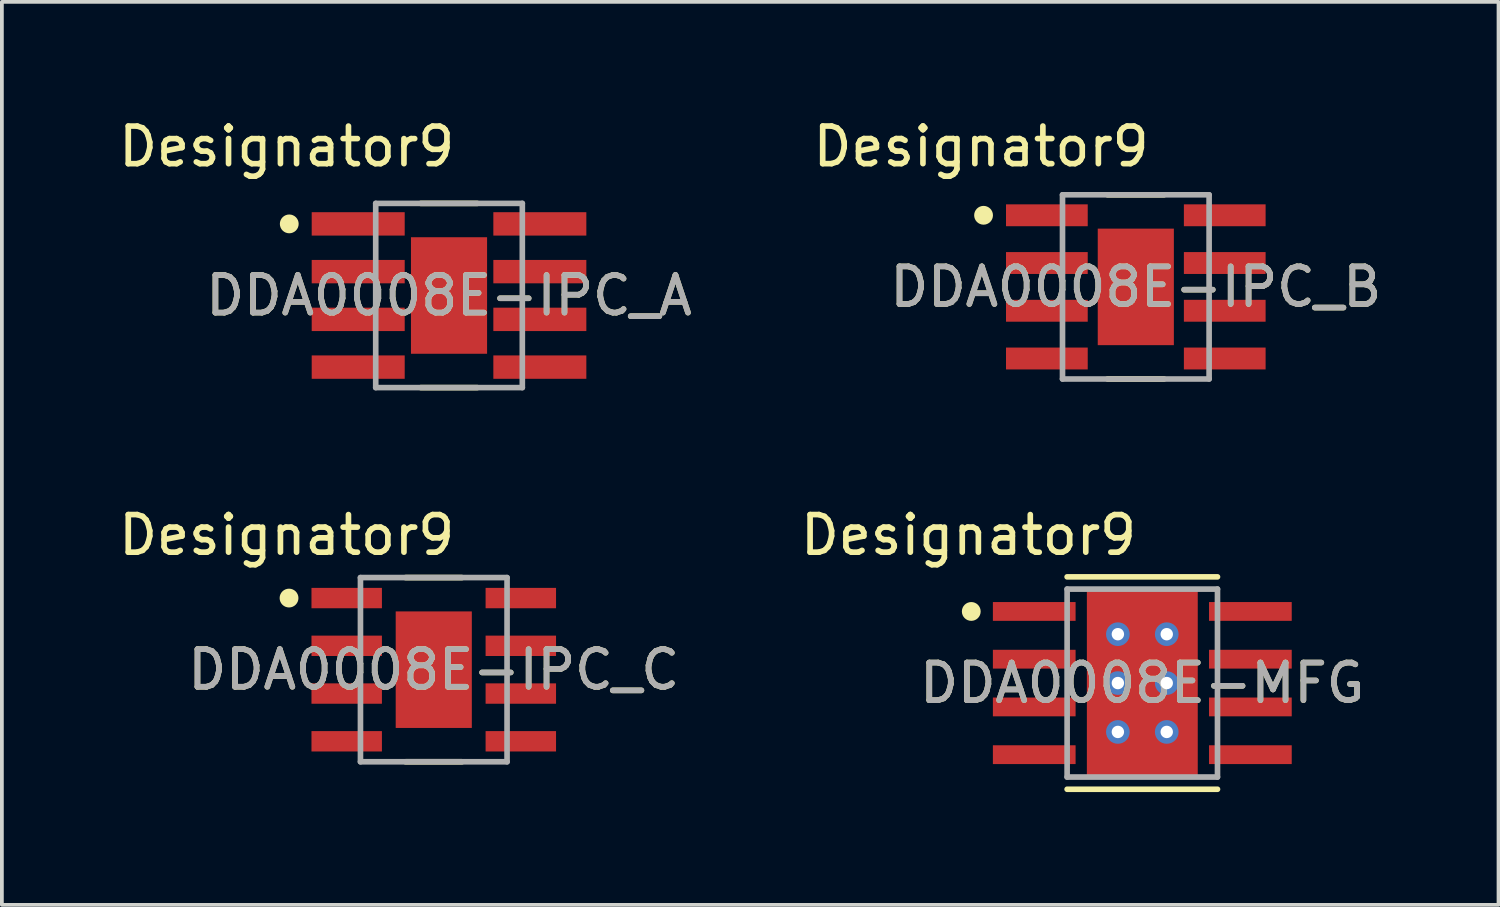
<source format=kicad_pcb>
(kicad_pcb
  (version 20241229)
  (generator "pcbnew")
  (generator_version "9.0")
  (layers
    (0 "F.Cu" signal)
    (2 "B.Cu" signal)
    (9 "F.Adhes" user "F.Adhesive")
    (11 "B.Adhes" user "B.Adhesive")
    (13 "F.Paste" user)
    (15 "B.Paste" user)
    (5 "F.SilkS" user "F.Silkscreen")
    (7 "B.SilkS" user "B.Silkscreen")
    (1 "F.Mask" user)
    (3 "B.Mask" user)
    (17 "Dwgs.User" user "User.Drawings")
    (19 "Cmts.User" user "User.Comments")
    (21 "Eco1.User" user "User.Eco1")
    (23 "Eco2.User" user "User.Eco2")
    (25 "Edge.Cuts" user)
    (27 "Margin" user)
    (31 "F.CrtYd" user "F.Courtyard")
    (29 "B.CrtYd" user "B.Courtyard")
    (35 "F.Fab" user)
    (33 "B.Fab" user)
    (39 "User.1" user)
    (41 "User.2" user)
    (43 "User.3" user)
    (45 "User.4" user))
  (footprint "DDA0008E-IPC_C"
    (layer "F.Cu")
    (at 8.489 14.765)
    (property "Reference" "DDA0008E-IPC_C" (at 0 0 0) (unlocked yes) (layer "F.SilkS") (effects (font (size 1 1) (thickness 0.15))))
    (attr smd)
    (fp_line (start -0.75 -2.45) (end 0.75 -2.45) (stroke (width 0.15) (type solid)) (layer "F.SilkS"))
    (fp_line (start -0.75 2.45) (end 0.75 2.45) (stroke (width 0.15) (type solid)) (layer "F.SilkS"))
    (fp_circle (center -3.85 -1.905) (end -3.725 -1.905) (stroke (width 0.25) (type solid)) (fill no) (layer "F.SilkS"))
    (fp_poly (pts (xy -0.568 1.105) (xy 0.568 1.105) (xy 0.568 -1.105) (xy -0.568 -1.105)) (stroke (width 0) (type solid)) (fill yes) (layer "F.Paste"))
    (fp_line (start -1.95 -2.45) (end 1.95 -2.45) (stroke (width 0.15) (type solid)) (layer "F.Fab"))
    (fp_line (start -1.95 2.45) (end -1.95 -2.45) (stroke (width 0.15) (type solid)) (layer "F.Fab"))
    (fp_line (start -1.95 2.45) (end 1.95 2.45) (stroke (width 0.15) (type solid)) (layer "F.Fab"))
    (fp_line (start 1.95 2.45) (end 1.95 -2.45) (stroke (width 0.15) (type solid)) (layer "F.Fab"))
    (fp_text user "Designator9" (at -3.912 -3.581 0) (unlocked yes) (layer "F.SilkS") (effects (font (size 1 1) (thickness 0.15))))
    (fp_text user "${REFERENCE}" (at 0 0 0) (unlocked yes) (layer "F.Fab") (effects (font (size 1 1) (thickness 0.15))))
    (pad "1" smd rect (at -2.316 -1.905) (size 1.874 0.542) (layers "F.Cu" "F.Mask" "F.Paste"))
    (pad "2" smd rect (at -2.316 -0.635) (size 1.874 0.542) (layers "F.Cu" "F.Mask" "F.Paste"))
    (pad "3" smd rect (at -2.316 0.635) (size 1.874 0.542) (layers "F.Cu" "F.Mask" "F.Paste"))
    (pad "4" smd rect (at -2.316 1.905) (size 1.874 0.542) (layers "F.Cu" "F.Mask" "F.Paste"))
    (pad "5" smd rect (at 2.316 1.905) (size 1.874 0.542) (layers "F.Cu" "F.Mask" "F.Paste"))
    (pad "6" smd rect (at 2.316 0.635) (size 1.874 0.542) (layers "F.Cu" "F.Mask" "F.Paste"))
    (pad "7" smd rect (at 2.316 -0.635) (size 1.874 0.542) (layers "F.Cu" "F.Mask" "F.Paste"))
    (pad "8" smd rect (at 2.316 -1.905) (size 1.874 0.542) (layers "F.Cu" "F.Mask" "F.Paste"))
    (pad "9" smd rect (at 0 0) (size 2.025 3.1) (layers "F.Cu" "F.Mask")))
  (footprint "DDA0008E-IPC_B"
    (layer "F.Cu")
    (at 27.165 4.582)
    (property "Reference" "DDA0008E-IPC_B" (at 0 0 0) (unlocked yes) (layer "F.SilkS") (effects (font (size 1 1) (thickness 0.15))))
    (attr smd)
    (fp_line (start -0.75 -2.45) (end 0.75 -2.45) (stroke (width 0.15) (type solid)) (layer "F.SilkS"))
    (fp_line (start -0.75 2.45) (end 0.75 2.45) (stroke (width 0.15) (type solid)) (layer "F.SilkS"))
    (fp_circle (center -4.05 -1.905) (end -3.925 -1.905) (stroke (width 0.25) (type solid)) (fill no) (layer "F.SilkS"))
    (fp_poly (pts (xy -0.568 1.105) (xy 0.568 1.105) (xy 0.568 -1.105) (xy -0.568 -1.105)) (stroke (width 0) (type solid)) (fill yes) (layer "F.Paste"))
    (fp_line (start -1.95 -2.45) (end 1.95 -2.45) (stroke (width 0.15) (type solid)) (layer "F.Fab"))
    (fp_line (start -1.95 2.45) (end -1.95 -2.45) (stroke (width 0.15) (type solid)) (layer "F.Fab"))
    (fp_line (start -1.95 2.45) (end 1.95 2.45) (stroke (width 0.15) (type solid)) (layer "F.Fab"))
    (fp_line (start 1.95 2.45) (end 1.95 -2.45) (stroke (width 0.15) (type solid)) (layer "F.Fab"))
    (fp_text user "Designator9" (at -4.115 -3.734 0) (unlocked yes) (layer "F.SilkS") (effects (font (size 1 1) (thickness 0.15))))
    (fp_text user "${REFERENCE}" (at 0 0 0) (unlocked yes) (layer "F.Fab") (effects (font (size 1 1) (thickness 0.15))))
    (pad "1" smd rect (at -2.366 -1.905) (size 2.174 0.582) (layers "F.Cu" "F.Mask" "F.Paste"))
    (pad "2" smd rect (at -2.366 -0.635) (size 2.174 0.582) (layers "F.Cu" "F.Mask" "F.Paste"))
    (pad "3" smd rect (at -2.366 0.635) (size 2.174 0.582) (layers "F.Cu" "F.Mask" "F.Paste"))
    (pad "4" smd rect (at -2.366 1.905) (size 2.174 0.582) (layers "F.Cu" "F.Mask" "F.Paste"))
    (pad "5" smd rect (at 2.366 1.905) (size 2.174 0.582) (layers "F.Cu" "F.Mask" "F.Paste"))
    (pad "6" smd rect (at 2.366 0.635) (size 2.174 0.582) (layers "F.Cu" "F.Mask" "F.Paste"))
    (pad "7" smd rect (at 2.366 -0.635) (size 2.174 0.582) (layers "F.Cu" "F.Mask" "F.Paste"))
    (pad "8" smd rect (at 2.366 -1.905) (size 2.174 0.582) (layers "F.Cu" "F.Mask" "F.Paste"))
    (pad "9" smd rect (at 0 0) (size 2.025 3.1) (layers "F.Cu" "F.Mask")))
  (footprint "DDA0008E-MFG"
    (layer "F.Cu")
    (at 27.338 15.121)
    (property "Reference" "DDA0008E-MFG" (at 0 0 0) (unlocked yes) (layer "F.SilkS") (effects (font (size 1 1) (thickness 0.15))))
    (attr smd)
    (fp_poly (pts (xy -1.2 1.5) (xy -1.2 -1.5) (xy -1.15 -1.55) (xy 1.15 -1.55) (xy 1.2 -1.5) (xy 1.2 1.5) (xy 1.15 1.55) (xy -1.15 1.55)) (stroke (width 0) (type solid)) (fill yes) (layer "F.Mask"))
    (fp_line (start -2 -2.825) (end 2 -2.825) (stroke (width 0.15) (type solid)) (layer "F.SilkS"))
    (fp_line (start -2 2.825) (end 2 2.825) (stroke (width 0.15) (type solid)) (layer "F.SilkS"))
    (fp_circle (center -4.55 -1.905) (end -4.425 -1.905) (stroke (width 0.25) (type solid)) (fill no) (layer "F.SilkS"))
    (fp_poly (pts (xy -3.95 0.46) (xy -3.9 0.41) (xy -1.85 0.41) (xy -1.8 0.46) (xy -1.8 0.81) (xy -1.85 0.86) (xy -3.9 0.86) (xy -3.95 0.81)) (stroke (width 0) (type solid)) (fill yes) (layer "F.Paste"))
    (fp_poly (pts (xy -3.9 -0.41) (xy -3.95 -0.46) (xy -3.95 -0.81) (xy -3.9 -0.86) (xy -1.85 -0.86) (xy -1.8 -0.81) (xy -1.8 -0.46) (xy -1.85 -0.41)) (stroke (width 0) (type solid)) (fill yes) (layer "F.Paste"))
    (fp_poly (pts (xy -1.85 -1.68) (xy -3.9 -1.68) (xy -3.95 -1.73) (xy -3.95 -2.08) (xy -3.9 -2.13) (xy -1.85 -2.13) (xy -1.8 -2.08) (xy -1.8 -1.73)) (stroke (width 0) (type solid)) (fill yes) (layer "F.Paste"))
    (fp_poly (pts (xy -1.8 1.73) (xy -1.8 2.08) (xy -1.85 2.13) (xy -3.9 2.13) (xy -3.95 2.08) (xy -3.95 1.73) (xy -3.9 1.68) (xy -1.85 1.68)) (stroke (width 0) (type solid)) (fill yes) (layer "F.Paste"))
    (fp_poly (pts (xy -1.2 1.5) (xy -1.2 -1.5) (xy -1.15 -1.55) (xy 1.15 -1.55) (xy 1.2 -1.5) (xy 1.2 1.5) (xy 1.15 1.55) (xy -1.15 1.55)) (stroke (width 0) (type solid)) (fill yes) (layer "F.Paste"))
    (fp_poly (pts (xy 1.85 0.86) (xy 1.8 0.81) (xy 1.8 0.46) (xy 1.85 0.41) (xy 3.9 0.41) (xy 3.95 0.46) (xy 3.95 0.81) (xy 3.9 0.86)) (stroke (width 0) (type solid)) (fill yes) (layer "F.Paste"))
    (fp_poly (pts (xy 3.9 -1.68) (xy 1.85 -1.68) (xy 1.8 -1.73) (xy 1.8 -2.08) (xy 1.85 -2.13) (xy 3.9 -2.13) (xy 3.95 -2.08) (xy 3.95 -1.73)) (stroke (width 0) (type solid)) (fill yes) (layer "F.Paste"))
    (fp_poly (pts (xy 3.9 -0.86) (xy 3.95 -0.81) (xy 3.95 -0.46) (xy 3.9 -0.41) (xy 1.85 -0.41) (xy 1.8 -0.46) (xy 1.8 -0.81) (xy 1.85 -0.86)) (stroke (width 0) (type solid)) (fill yes) (layer "F.Paste"))
    (fp_poly (pts (xy 3.95 1.73) (xy 3.95 2.08) (xy 3.9 2.13) (xy 1.85 2.13) (xy 1.8 2.08) (xy 1.8 1.73) (xy 1.85 1.68) (xy 3.9 1.68)) (stroke (width 0) (type solid)) (fill yes) (layer "F.Paste"))
    (fp_line (start -2 -2.5) (end 2 -2.5) (stroke (width 0.15) (type solid)) (layer "F.Fab"))
    (fp_line (start -2 2.5) (end -2 -2.5) (stroke (width 0.15) (type solid)) (layer "F.Fab"))
    (fp_line (start -2 2.5) (end 2 2.5) (stroke (width 0.15) (type solid)) (layer "F.Fab"))
    (fp_line (start 2 2.5) (end 2 -2.5) (stroke (width 0.15) (type solid)) (layer "F.Fab"))
    (fp_text user "Designator9" (at -4.623 -3.937 0) (unlocked yes) (layer "F.SilkS") (effects (font (size 1 1) (thickness 0.15))))
    (fp_text user "${REFERENCE}" (at 0 0 0) (unlocked yes) (layer "F.Fab") (effects (font (size 1 1) (thickness 0.15))))
    (pad "1" smd rect (at -2.875 -1.905) (size 2.2 0.5) (layers "F.Cu" "F.Mask"))
    (pad "2" smd rect (at -2.875 -0.635) (size 2.2 0.5) (layers "F.Cu" "F.Mask"))
    (pad "3" smd rect (at -2.875 0.635) (size 2.2 0.5) (layers "F.Cu" "F.Mask"))
    (pad "4" smd rect (at -2.875 1.905) (size 2.2 0.5) (layers "F.Cu" "F.Mask"))
    (pad "5" smd rect (at 2.875 1.905) (size 2.2 0.5) (layers "F.Cu" "F.Mask"))
    (pad "6" smd rect (at 2.875 0.635) (size 2.2 0.5) (layers "F.Cu" "F.Mask"))
    (pad "7" smd rect (at 2.875 -0.635) (size 2.2 0.5) (layers "F.Cu" "F.Mask"))
    (pad "8" smd rect (at 2.875 -1.905) (size 2.2 0.5) (layers "F.Cu" "F.Mask"))
    (pad "9" smd rect (at 0 0) (size 2.95 4.9) (layers "F.Cu"))
    (pad "10" thru_hole circle (at 0.65 1.3) (size 0.63 0.63) (drill 0.33) (layers "*.Cu" "*.Mask"))
    (pad "11" thru_hole circle (at 0.65 0) (size 0.63 0.63) (drill 0.33) (layers "*.Cu" "*.Mask"))
    (pad "12" thru_hole circle (at 0.65 -1.3) (size 0.63 0.63) (drill 0.33) (layers "*.Cu" "*.Mask"))
    (pad "13" thru_hole circle (at -0.65 1.3) (size 0.63 0.63) (drill 0.33) (layers "*.Cu" "*.Mask"))
    (pad "14" thru_hole circle (at -0.65 0) (size 0.63 0.63) (drill 0.33) (layers "*.Cu" "*.Mask"))
    (pad "15" thru_hole circle (at -0.65 -1.3) (size 0.63 0.63) (drill 0.33) (layers "*.Cu" "*.Mask")))
  (footprint "DDA0008E-IPC_A"
    (layer "F.Cu")
    (at 8.895 4.811)
    (property "Reference" "DDA0008E-IPC_A" (at 0 0 0) (unlocked yes) (layer "F.SilkS") (effects (font (size 1 1) (thickness 0.15))))
    (attr smd)
    (fp_line (start -0.75 -2.45) (end 0.75 -2.45) (stroke (width 0.15) (type solid)) (layer "F.SilkS"))
    (fp_line (start -0.75 2.45) (end 0.75 2.45) (stroke (width 0.15) (type solid)) (layer "F.SilkS"))
    (fp_circle (center -4.25 -1.905) (end -4.125 -1.905) (stroke (width 0.25) (type solid)) (fill no) (layer "F.SilkS"))
    (fp_poly (pts (xy -0.568 1.105) (xy 0.568 1.105) (xy 0.568 -1.105) (xy -0.568 -1.105)) (stroke (width 0) (type solid)) (fill yes) (layer "F.Paste"))
    (fp_line (start -1.95 -2.45) (end 1.95 -2.45) (stroke (width 0.15) (type solid)) (layer "F.Fab"))
    (fp_line (start -1.95 2.45) (end -1.95 -2.45) (stroke (width 0.15) (type solid)) (layer "F.Fab"))
    (fp_line (start -1.95 2.45) (end 1.95 2.45) (stroke (width 0.15) (type solid)) (layer "F.Fab"))
    (fp_line (start 1.95 2.45) (end 1.95 -2.45) (stroke (width 0.15) (type solid)) (layer "F.Fab"))
    (fp_text user "Designator9" (at -4.318 -3.962 0) (unlocked yes) (layer "F.SilkS") (effects (font (size 1 1) (thickness 0.15))))
    (fp_text user "${REFERENCE}" (at 0 0 0) (unlocked yes) (layer "F.Fab") (effects (font (size 1 1) (thickness 0.15))))
    (pad "1" smd rect (at -2.416 -1.905) (size 2.474 0.622) (layers "F.Cu" "F.Mask" "F.Paste"))
    (pad "2" smd rect (at -2.416 -0.635) (size 2.474 0.622) (layers "F.Cu" "F.Mask" "F.Paste"))
    (pad "3" smd rect (at -2.416 0.635) (size 2.474 0.622) (layers "F.Cu" "F.Mask" "F.Paste"))
    (pad "4" smd rect (at -2.416 1.905) (size 2.474 0.622) (layers "F.Cu" "F.Mask" "F.Paste"))
    (pad "5" smd rect (at 2.416 1.905) (size 2.474 0.622) (layers "F.Cu" "F.Mask" "F.Paste"))
    (pad "6" smd rect (at 2.416 0.635) (size 2.474 0.622) (layers "F.Cu" "F.Mask" "F.Paste"))
    (pad "7" smd rect (at 2.416 -0.635) (size 2.474 0.622) (layers "F.Cu" "F.Mask" "F.Paste"))
    (pad "8" smd rect (at 2.416 -1.905) (size 2.474 0.622) (layers "F.Cu" "F.Mask" "F.Paste"))
    (pad "9" smd rect (at 0 0) (size 2.025 3.1) (layers "F.Cu" "F.Mask")))
  (gr_rect
    (start -3 -3)
    (end 36.814 21.021)
    (stroke (width 0.1) (type default))
    (fill no)
    (layer "Edge.Cuts")))
</source>
